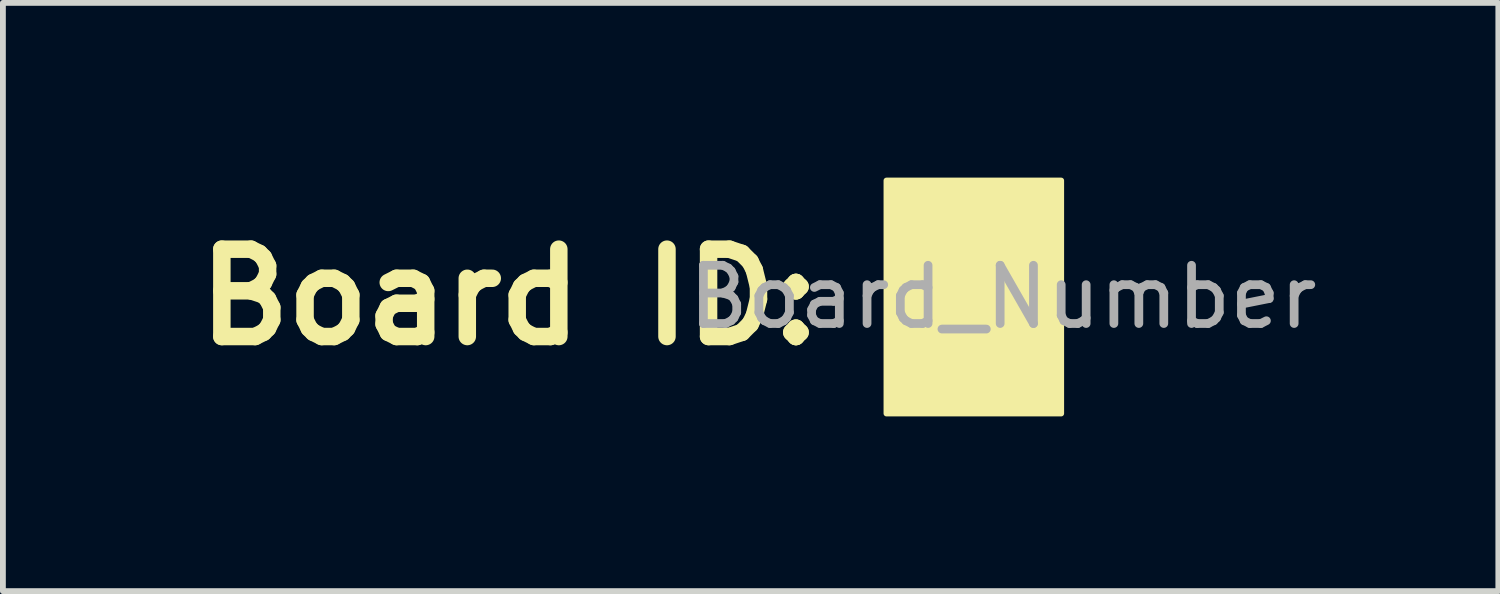
<source format=kicad_pcb>
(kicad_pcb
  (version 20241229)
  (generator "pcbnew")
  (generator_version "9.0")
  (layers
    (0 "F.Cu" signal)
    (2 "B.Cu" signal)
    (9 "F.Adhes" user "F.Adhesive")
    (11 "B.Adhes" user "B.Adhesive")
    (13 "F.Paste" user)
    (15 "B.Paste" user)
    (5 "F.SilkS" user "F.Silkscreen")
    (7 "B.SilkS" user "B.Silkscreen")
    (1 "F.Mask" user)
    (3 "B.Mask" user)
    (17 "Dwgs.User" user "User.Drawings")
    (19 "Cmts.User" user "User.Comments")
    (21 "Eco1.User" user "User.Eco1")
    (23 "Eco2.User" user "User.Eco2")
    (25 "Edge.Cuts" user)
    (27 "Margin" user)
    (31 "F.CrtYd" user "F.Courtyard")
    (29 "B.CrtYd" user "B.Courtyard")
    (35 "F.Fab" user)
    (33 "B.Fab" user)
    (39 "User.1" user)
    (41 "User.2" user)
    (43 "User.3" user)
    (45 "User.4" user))
  (footprint "Board_Number"
    (layer "F.Cu")
    (at 11.671 2.05)
    (property "Reference" "Board_Number" (at 2.5 0 0) (layer "F.Fab") (effects (font (size 1 1) (thickness 0.15))))
    (attr through_hole)
    (fp_poly (pts (xy 3.5 2) (xy 0.5 2) (xy 0.5 -2) (xy 3.5 -2)) (stroke (width 0.1) (type solid)) (fill yes) (layer "F.SilkS"))
    (fp_text user "Board ID:" (at -0.5 0 0) (layer "F.SilkS") (effects (font (size 1.5 1.5) (thickness 0.3)) (justify right))))
  (gr_rect
    (start -3 -3)
    (end 22.677 7.1)
    (stroke (width 0.1) (type default))
    (fill no)
    (layer "Edge.Cuts")))
</source>
